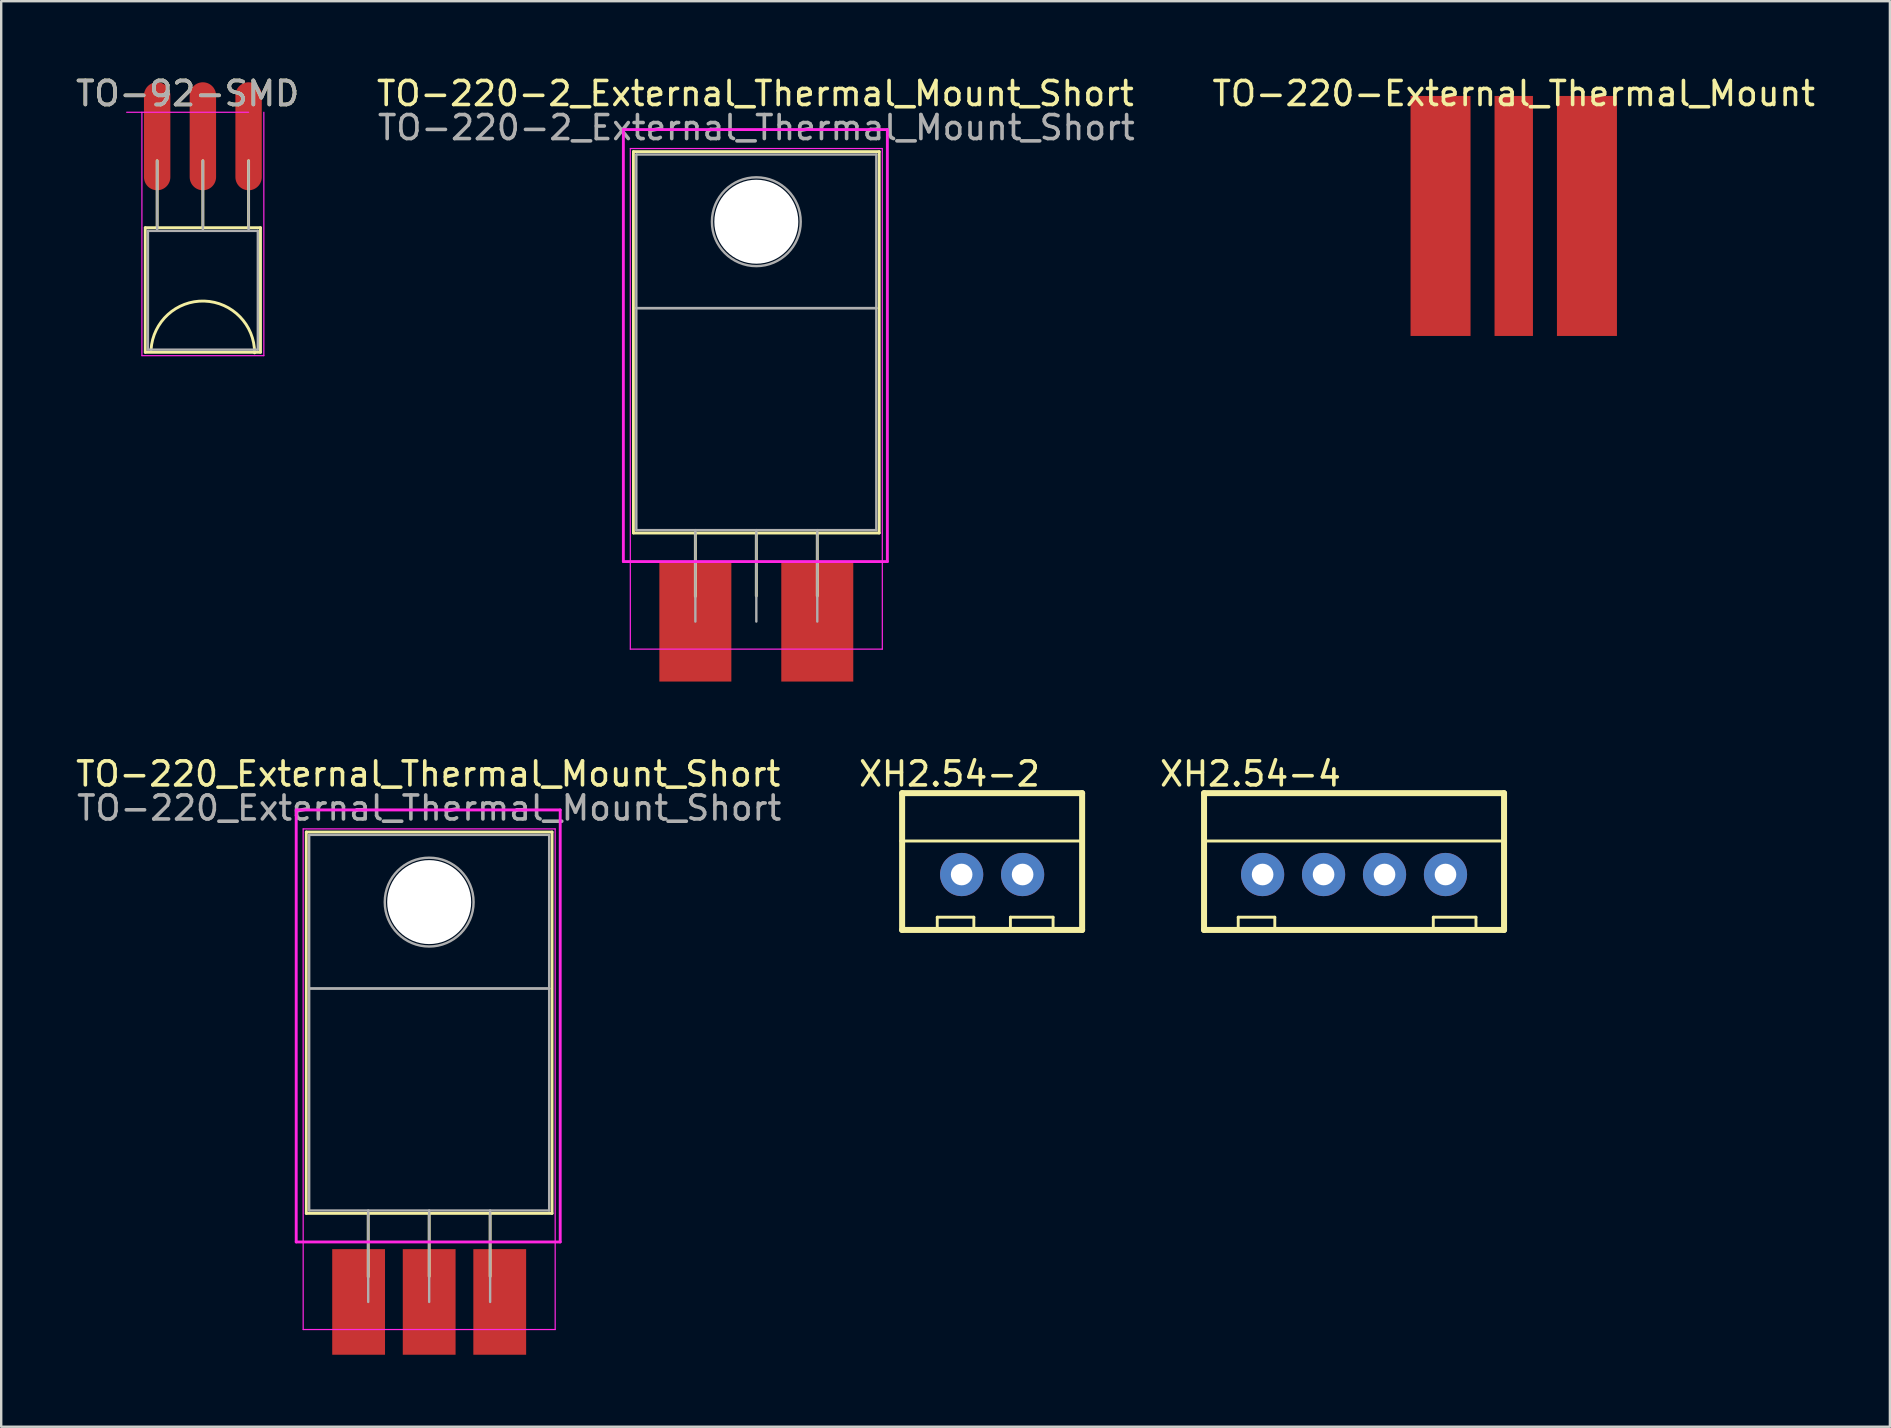
<source format=kicad_pcb>
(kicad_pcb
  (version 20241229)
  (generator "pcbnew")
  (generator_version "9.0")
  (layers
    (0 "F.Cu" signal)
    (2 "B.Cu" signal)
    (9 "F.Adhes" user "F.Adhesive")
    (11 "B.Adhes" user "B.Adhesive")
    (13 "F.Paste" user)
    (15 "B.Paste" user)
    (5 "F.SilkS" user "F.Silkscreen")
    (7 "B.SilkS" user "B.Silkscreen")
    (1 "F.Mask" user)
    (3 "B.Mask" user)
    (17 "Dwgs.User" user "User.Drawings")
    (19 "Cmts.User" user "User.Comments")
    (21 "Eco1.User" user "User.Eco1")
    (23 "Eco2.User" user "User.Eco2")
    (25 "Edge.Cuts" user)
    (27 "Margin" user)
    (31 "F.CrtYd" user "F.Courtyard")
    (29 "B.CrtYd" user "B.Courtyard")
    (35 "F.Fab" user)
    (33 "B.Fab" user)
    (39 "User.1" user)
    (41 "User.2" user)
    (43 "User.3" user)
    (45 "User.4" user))
  (footprint "XH2.54-4"
    (layer "F.Cu")
    (at 53.368 33.388)
    (property "Reference" "XH2.54-4" (at -4.318 -4.191 0) (layer "F.SilkS") (effects (font (size 1 1) (thickness 0.15))))
    (attr through_hole)
    (fp_line (start -6.25 -3.39) (end -6.25 2.31) (stroke (width 0.25) (type solid)) (layer "F.SilkS"))
    (fp_line (start -6.25 -3.39) (end 6.25 -3.39) (stroke (width 0.25) (type solid)) (layer "F.SilkS"))
    (fp_line (start -6.223 -1.397) (end 6.223 -1.397) (stroke (width 0.12) (type solid)) (layer "F.SilkS"))
    (fp_line (start -4.826 1.778) (end -3.302 1.778) (stroke (width 0.12) (type solid)) (layer "F.SilkS"))
    (fp_line (start -4.826 2.286) (end -4.826 1.778) (stroke (width 0.12) (type solid)) (layer "F.SilkS"))
    (fp_line (start -3.302 1.778) (end -3.302 2.286) (stroke (width 0.12) (type solid)) (layer "F.SilkS"))
    (fp_line (start 3.302 1.778) (end 3.302 2.286) (stroke (width 0.12) (type solid)) (layer "F.SilkS"))
    (fp_line (start 5.08 1.778) (end 3.302 1.778) (stroke (width 0.12) (type solid)) (layer "F.SilkS"))
    (fp_line (start 5.08 2.286) (end 5.08 1.778) (stroke (width 0.12) (type solid)) (layer "F.SilkS"))
    (fp_line (start 6.25 -3.39) (end 6.25 2.31) (stroke (width 0.25) (type solid)) (layer "F.SilkS"))
    (fp_line (start 6.25 2.31) (end -6.25 2.31) (stroke (width 0.25) (type solid)) (layer "F.SilkS"))
    (pad "1" thru_hole circle (at -3.81 0) (size 1.8 1.8) (drill 0.9) (layers "*.Cu" "*.Mask"))
    (pad "2" thru_hole circle (at -1.27 0) (size 1.8 1.8) (drill 0.9) (layers "*.Cu" "*.Mask"))
    (pad "3" thru_hole circle (at 1.27 0) (size 1.8 1.8) (drill 0.9) (layers "*.Cu" "*.Mask"))
    (pad "4" thru_hole circle (at 3.81 0) (size 1.8 1.8) (drill 0.9) (layers "*.Cu" "*.Mask")))
  (footprint "TO-92-SMD"
    (layer "F.Cu")
    (at 3.498 2.628)
    (property "Reference" "TO-92-SMD" (at 1.27 -1.78 180) (layer "F.SilkS") (effects (font (size 1 1) (thickness 0.15))))
    (attr through_hole)
    (fp_line (start -0.495 3.81) (end 4.305 3.81) (stroke (width 0.12) (type solid)) (layer "F.SilkS"))
    (fp_line (start -0.495 9) (end -0.495 3.81) (stroke (width 0.12) (type solid)) (layer "F.SilkS"))
    (fp_line (start 0 1.02) (end 0 3.81) (stroke (width 0.12) (type solid)) (layer "F.SilkS"))
    (fp_line (start 1.905 1.02) (end 1.905 3.81) (stroke (width 0.12) (type solid)) (layer "F.SilkS"))
    (fp_line (start 3.81 1.02) (end 3.81 3.81) (stroke (width 0.12) (type solid)) (layer "F.SilkS"))
    (fp_line (start 4.305 3.81) (end 4.305 9) (stroke (width 0.12) (type solid)) (layer "F.SilkS"))
    (fp_line (start 4.305 9) (end -0.495 9) (stroke (width 0.12) (type solid)) (layer "F.SilkS"))
    (fp_arc (start -0.254 8.89) (mid 1.968166 6.866726) (end 4.059796 9.024675) (stroke (width 0.12) (type solid)) (layer "F.SilkS"))
    (fp_line (start -1.27 -1) (end 3.81 -1) (stroke (width 0.05) (type solid)) (layer "F.CrtYd"))
    (fp_line (start -0.635 -1) (end -0.635 9.14) (stroke (width 0.05) (type solid)) (layer "F.CrtYd"))
    (fp_line (start 4.445 9.14) (end -0.635 9.14) (stroke (width 0.05) (type solid)) (layer "F.CrtYd"))
    (fp_line (start 4.445 9.14) (end 4.445 -1) (stroke (width 0.05) (type solid)) (layer "F.CrtYd"))
    (fp_line (start -0.385 3.94) (end 4.195 3.94) (stroke (width 0.1) (type solid)) (layer "F.Fab"))
    (fp_line (start -0.385 8.89) (end -0.385 3.94) (stroke (width 0.1) (type solid)) (layer "F.Fab"))
    (fp_line (start 0 3.94) (end 0 1.02) (stroke (width 0.1) (type solid)) (layer "F.Fab"))
    (fp_line (start 1.905 3.94) (end 1.905 1.02) (stroke (width 0.1) (type solid)) (layer "F.Fab"))
    (fp_line (start 3.81 3.94) (end 3.81 1.02) (stroke (width 0.1) (type solid)) (layer "F.Fab"))
    (fp_line (start 4.195 3.94) (end 4.195 8.89) (stroke (width 0.1) (type solid)) (layer "F.Fab"))
    (fp_line (start 4.195 8.89) (end -0.385 8.89) (stroke (width 0.1) (type solid)) (layer "F.Fab"))
    (fp_text user "${REFERENCE}" (at 1.27 -1.78 180) (layer "F.Fab") (effects (font (size 1 1) (thickness 0.15))))
    (pad "1" smd oval (at 0 0 180) (size 1.1 4.5) (layers "F.Cu" "F.Mask" "F.Paste"))
    (pad "2" smd oval (at 1.905 0 180) (size 1.1 4.5) (layers "F.Cu" "F.Mask" "F.Paste"))
    (pad "3" smd oval (at 3.81 0 180) (size 1.1 4.5) (layers "F.Cu" "F.Mask" "F.Paste")))
  (footprint "TO-220-2_External_Thermal_Mount_Short"
    (layer "F.Cu")
    (at 25.923 22.848)
    (property "Reference" "TO-220-2_External_Thermal_Mount_Short" (at 2.5 -22 0) (layer "F.SilkS") (effects (font (size 1 1) (thickness 0.15))))
    (attr through_hole)
    (fp_line (start -2.58 -19.58) (end -2.58 -3.69) (stroke (width 0.12) (type solid)) (layer "F.SilkS"))
    (fp_line (start -2.58 -19.58) (end 7.66 -19.58) (stroke (width 0.12) (type solid)) (layer "F.SilkS"))
    (fp_line (start -2.58 -3.69) (end 7.66 -3.69) (stroke (width 0.12) (type solid)) (layer "F.SilkS"))
    (fp_line (start 0 -3.69) (end 0 -1.05) (stroke (width 0.12) (type solid)) (layer "F.SilkS"))
    (fp_line (start 2.54 -3.69) (end 2.54 -1.066) (stroke (width 0.12) (type solid)) (layer "F.SilkS"))
    (fp_line (start 5.08 -3.69) (end 5.08 -1.066) (stroke (width 0.12) (type solid)) (layer "F.SilkS"))
    (fp_line (start 7.66 -19.58) (end 7.66 -3.69) (stroke (width 0.12) (type solid)) (layer "F.SilkS"))
    (fp_line (start -3 -20.5) (end -3 -2.5) (stroke (width 0.12) (type solid)) (layer "F.CrtYd"))
    (fp_line (start -3 -2.5) (end 8 -2.5) (stroke (width 0.12) (type solid)) (layer "F.CrtYd"))
    (fp_line (start -2.71 -19.71) (end -2.71 1.15) (stroke (width 0.05) (type solid)) (layer "F.CrtYd"))
    (fp_line (start -2.71 1.15) (end 7.79 1.15) (stroke (width 0.05) (type solid)) (layer "F.CrtYd"))
    (fp_line (start 7.79 -19.71) (end -2.71 -19.71) (stroke (width 0.05) (type solid)) (layer "F.CrtYd"))
    (fp_line (start 7.79 1.15) (end 7.79 -19.71) (stroke (width 0.05) (type solid)) (layer "F.CrtYd"))
    (fp_line (start 8 -20.5) (end -3 -20.5) (stroke (width 0.12) (type solid)) (layer "F.CrtYd"))
    (fp_line (start 8 -2.5) (end 8 -20.5) (stroke (width 0.12) (type solid)) (layer "F.CrtYd"))
    (fp_line (start -2.46 -19.46) (end 7.54 -19.46) (stroke (width 0.1) (type solid)) (layer "F.Fab"))
    (fp_line (start -2.46 -13.06) (end -2.46 -19.46) (stroke (width 0.1) (type solid)) (layer "F.Fab"))
    (fp_line (start -2.46 -13.06) (end 7.54 -13.06) (stroke (width 0.1) (type solid)) (layer "F.Fab"))
    (fp_line (start -2.46 -3.81) (end -2.46 -13.06) (stroke (width 0.1) (type solid)) (layer "F.Fab"))
    (fp_line (start 0 -3.81) (end 0 0) (stroke (width 0.1) (type solid)) (layer "F.Fab"))
    (fp_line (start 2.54 -3.81) (end 2.54 0) (stroke (width 0.1) (type solid)) (layer "F.Fab"))
    (fp_line (start 5.08 -3.81) (end 5.08 0) (stroke (width 0.1) (type solid)) (layer "F.Fab"))
    (fp_line (start 7.54 -19.46) (end 7.54 -13.06) (stroke (width 0.1) (type solid)) (layer "F.Fab"))
    (fp_line (start 7.54 -13.06) (end -2.46 -13.06) (stroke (width 0.1) (type solid)) (layer "F.Fab"))
    (fp_line (start 7.54 -13.06) (end 7.54 -3.81) (stroke (width 0.1) (type solid)) (layer "F.Fab"))
    (fp_line (start 7.54 -3.81) (end -2.46 -3.81) (stroke (width 0.1) (type solid)) (layer "F.Fab"))
    (fp_circle (center 2.54 -16.66) (end 4.39 -16.66) (stroke (width 0.1) (type solid)) (fill no) (layer "F.Fab"))
    (fp_text user "${REFERENCE}" (at 2.54 -20.58 0) (layer "F.Fab") (effects (font (size 1 1) (thickness 0.15))))
    (pad "" np_thru_hole oval (at 2.54 -16.66) (size 3.5 3.5) (drill 3.5) (layers "*.Cu" "*.Mask"))
    (pad "1" smd rect (at 0 0) (size 3 5) (layers "F.Cu" "F.Mask" "F.Paste"))
    (pad "2" smd rect (at 5.08 0) (size 3 5) (layers "F.Cu" "F.Mask" "F.Paste")))
  (footprint "TO-220_External_Thermal_Mount_Short"
    (layer "F.Cu")
    (at 12.292 51.197)
    (property "Reference" "TO-220_External_Thermal_Mount_Short" (at 2.5 -22 0) (layer "F.SilkS") (effects (font (size 1 1) (thickness 0.15))))
    (attr through_hole)
    (fp_line (start -2.58 -19.58) (end -2.58 -3.69) (stroke (width 0.12) (type solid)) (layer "F.SilkS"))
    (fp_line (start -2.58 -19.58) (end 7.66 -19.58) (stroke (width 0.12) (type solid)) (layer "F.SilkS"))
    (fp_line (start -2.58 -3.69) (end 7.66 -3.69) (stroke (width 0.12) (type solid)) (layer "F.SilkS"))
    (fp_line (start 0 -3.69) (end 0 -1.05) (stroke (width 0.12) (type solid)) (layer "F.SilkS"))
    (fp_line (start 2.54 -3.69) (end 2.54 -1.066) (stroke (width 0.12) (type solid)) (layer "F.SilkS"))
    (fp_line (start 5.08 -3.69) (end 5.08 -1.066) (stroke (width 0.12) (type solid)) (layer "F.SilkS"))
    (fp_line (start 7.66 -19.58) (end 7.66 -3.69) (stroke (width 0.12) (type solid)) (layer "F.SilkS"))
    (fp_line (start -3 -20.5) (end -3 -2.5) (stroke (width 0.12) (type solid)) (layer "F.CrtYd"))
    (fp_line (start -3 -2.5) (end 8 -2.5) (stroke (width 0.12) (type solid)) (layer "F.CrtYd"))
    (fp_line (start -2.71 -19.71) (end -2.71 1.15) (stroke (width 0.05) (type solid)) (layer "F.CrtYd"))
    (fp_line (start -2.71 1.15) (end 7.79 1.15) (stroke (width 0.05) (type solid)) (layer "F.CrtYd"))
    (fp_line (start 7.79 -19.71) (end -2.71 -19.71) (stroke (width 0.05) (type solid)) (layer "F.CrtYd"))
    (fp_line (start 7.79 1.15) (end 7.79 -19.71) (stroke (width 0.05) (type solid)) (layer "F.CrtYd"))
    (fp_line (start 8 -20.5) (end -3 -20.5) (stroke (width 0.12) (type solid)) (layer "F.CrtYd"))
    (fp_line (start 8 -2.5) (end 8 -20.5) (stroke (width 0.12) (type solid)) (layer "F.CrtYd"))
    (fp_line (start -2.46 -19.46) (end 7.54 -19.46) (stroke (width 0.1) (type solid)) (layer "F.Fab"))
    (fp_line (start -2.46 -13.06) (end -2.46 -19.46) (stroke (width 0.1) (type solid)) (layer "F.Fab"))
    (fp_line (start -2.46 -13.06) (end 7.54 -13.06) (stroke (width 0.1) (type solid)) (layer "F.Fab"))
    (fp_line (start -2.46 -3.81) (end -2.46 -13.06) (stroke (width 0.1) (type solid)) (layer "F.Fab"))
    (fp_line (start 0 -3.81) (end 0 0) (stroke (width 0.1) (type solid)) (layer "F.Fab"))
    (fp_line (start 2.54 -3.81) (end 2.54 0) (stroke (width 0.1) (type solid)) (layer "F.Fab"))
    (fp_line (start 5.08 -3.81) (end 5.08 0) (stroke (width 0.1) (type solid)) (layer "F.Fab"))
    (fp_line (start 7.54 -19.46) (end 7.54 -13.06) (stroke (width 0.1) (type solid)) (layer "F.Fab"))
    (fp_line (start 7.54 -13.06) (end -2.46 -13.06) (stroke (width 0.1) (type solid)) (layer "F.Fab"))
    (fp_line (start 7.54 -13.06) (end 7.54 -3.81) (stroke (width 0.1) (type solid)) (layer "F.Fab"))
    (fp_line (start 7.54 -3.81) (end -2.46 -3.81) (stroke (width 0.1) (type solid)) (layer "F.Fab"))
    (fp_circle (center 2.54 -16.66) (end 4.39 -16.66) (stroke (width 0.1) (type solid)) (fill no) (layer "F.Fab"))
    (fp_text user "${REFERENCE}" (at 2.54 -20.58 0) (layer "F.Fab") (effects (font (size 1 1) (thickness 0.15))))
    (pad "" np_thru_hole oval (at 2.54 -16.66) (size 3.5 3.5) (drill 3.5) (layers "*.Cu" "*.Mask"))
    (pad "1" smd rect (at -0.4 0) (size 2.2 4.4) (layers "F.Cu" "F.Mask" "F.Paste"))
    (pad "2" smd rect (at 2.54 0) (size 2.2 4.4) (layers "F.Cu" "F.Mask" "F.Paste"))
    (pad "3" smd rect (at 5.48 0) (size 2.2 4.4) (layers "F.Cu" "F.Mask" "F.Paste")))
  (footprint "TO-220-External_Thermal_Mount"
    (layer "F.Cu")
    (at 60.022 5.948)
    (property "Reference" "TO-220-External_Thermal_Mount" (at 0 -5.1 0) (layer "F.SilkS") (effects (font (size 1 1) (thickness 0.15))))
    (attr through_hole)
    (pad "1" smd rect (at -3.05 0) (size 2.5 10) (layers "F.Cu" "F.Mask" "F.Paste"))
    (pad "2" smd rect (at 0 0) (size 1.6 10) (layers "F.Cu" "F.Mask" "F.Paste"))
    (pad "3" smd rect (at 3.05 0) (size 2.5 10) (layers "F.Cu" "F.Mask" "F.Paste")))
  (footprint "XH2.54-2"
    (layer "F.Cu")
    (at 38.288 33.388)
    (property "Reference" "XH2.54-2" (at -1.778 -4.191 0) (layer "F.SilkS") (effects (font (size 1 1) (thickness 0.15))))
    (attr through_hole)
    (fp_line (start -3.81 -1.397) (end 3.81 -1.397) (stroke (width 0.12) (type solid)) (layer "F.SilkS"))
    (fp_line (start -3.75 -3.39) (end -3.75 2.31) (stroke (width 0.25) (type solid)) (layer "F.SilkS"))
    (fp_line (start -3.75 -3.39) (end 3.75 -3.39) (stroke (width 0.25) (type solid)) (layer "F.SilkS"))
    (fp_line (start -2.286 1.778) (end -0.762 1.778) (stroke (width 0.12) (type solid)) (layer "F.SilkS"))
    (fp_line (start -2.286 2.286) (end -2.286 1.778) (stroke (width 0.12) (type solid)) (layer "F.SilkS"))
    (fp_line (start -0.762 1.778) (end -0.762 2.286) (stroke (width 0.12) (type solid)) (layer "F.SilkS"))
    (fp_line (start 0.762 1.778) (end 0.762 2.286) (stroke (width 0.12) (type solid)) (layer "F.SilkS"))
    (fp_line (start 2.54 1.778) (end 0.762 1.778) (stroke (width 0.12) (type solid)) (layer "F.SilkS"))
    (fp_line (start 2.54 2.286) (end 2.54 1.778) (stroke (width 0.12) (type solid)) (layer "F.SilkS"))
    (fp_line (start 3.75 -3.39) (end 3.75 2.31) (stroke (width 0.25) (type solid)) (layer "F.SilkS"))
    (fp_line (start 3.75 2.31) (end -3.75 2.31) (stroke (width 0.25) (type solid)) (layer "F.SilkS"))
    (pad "1" thru_hole circle (at -1.27 0) (size 1.8 1.8) (drill 0.9) (layers "*.Cu" "*.Mask"))
    (pad "2" thru_hole circle (at 1.27 0) (size 1.8 1.8) (drill 0.9) (layers "*.Cu" "*.Mask")))
  (gr_rect
    (start -3 -3)
    (end 75.695 56.397)
    (stroke (width 0.1) (type default))
    (fill no)
    (layer "Edge.Cuts")))
</source>
